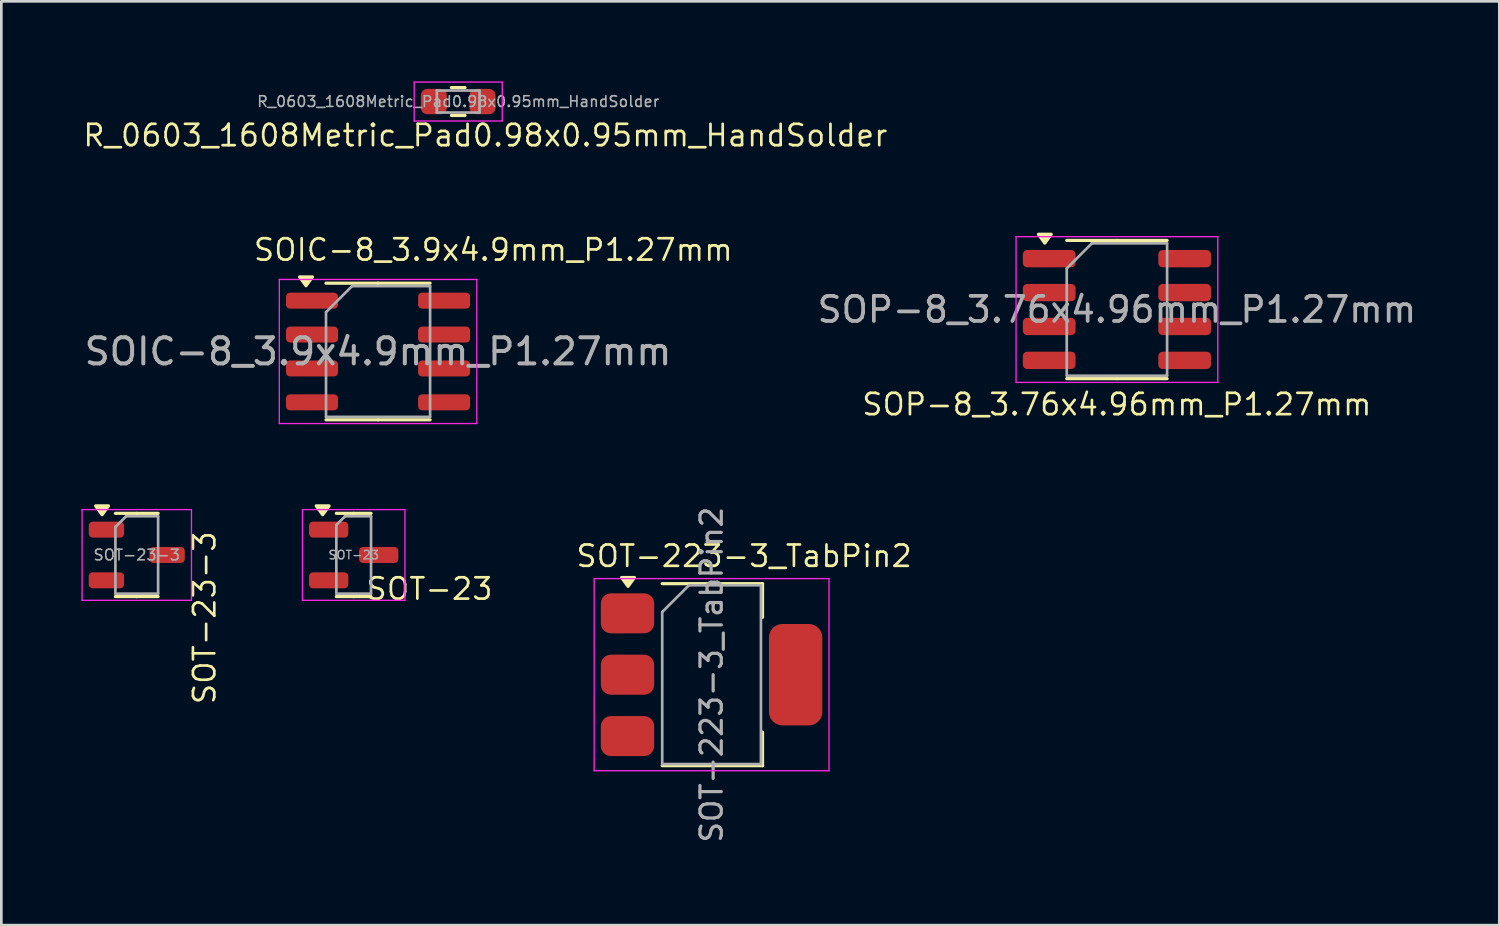
<source format=kicad_pcb>
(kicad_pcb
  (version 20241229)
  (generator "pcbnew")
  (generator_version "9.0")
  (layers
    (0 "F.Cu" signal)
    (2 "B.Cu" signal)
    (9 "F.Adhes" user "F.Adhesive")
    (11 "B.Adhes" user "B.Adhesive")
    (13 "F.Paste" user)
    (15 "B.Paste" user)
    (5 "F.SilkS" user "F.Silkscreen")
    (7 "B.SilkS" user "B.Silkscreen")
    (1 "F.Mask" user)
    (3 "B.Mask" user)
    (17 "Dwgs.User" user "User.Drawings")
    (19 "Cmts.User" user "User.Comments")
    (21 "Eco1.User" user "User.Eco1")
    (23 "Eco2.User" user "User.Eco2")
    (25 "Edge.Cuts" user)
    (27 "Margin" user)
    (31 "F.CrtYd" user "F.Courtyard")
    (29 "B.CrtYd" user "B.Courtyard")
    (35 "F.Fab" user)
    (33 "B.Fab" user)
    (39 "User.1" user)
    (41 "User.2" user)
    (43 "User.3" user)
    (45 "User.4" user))
  (footprint "R_0603_1608Metric_Pad0.98x0.95mm_HandSolder"
    (layer "F.Cu")
    (at 14.121 0.755)
    (property "Reference" "R_0603_1608Metric_Pad0.98x0.95mm_HandSolder" (at 1.016 1.27 0) (layer "F.SilkS") (effects (font (size 0.8 0.8) (thickness 0.1))))
    (attr smd)
    (fp_line (start -0.255 -0.522) (end 0.255 -0.522) (stroke (width 0.12) (type solid)) (layer "F.SilkS"))
    (fp_line (start -0.255 0.522) (end 0.255 0.522) (stroke (width 0.12) (type solid)) (layer "F.SilkS"))
    (fp_line (start -1.65 -0.73) (end 1.65 -0.73) (stroke (width 0.05) (type solid)) (layer "F.CrtYd"))
    (fp_line (start -1.65 0.73) (end -1.65 -0.73) (stroke (width 0.05) (type solid)) (layer "F.CrtYd"))
    (fp_line (start 1.65 -0.73) (end 1.65 0.73) (stroke (width 0.05) (type solid)) (layer "F.CrtYd"))
    (fp_line (start 1.65 0.73) (end -1.65 0.73) (stroke (width 0.05) (type solid)) (layer "F.CrtYd"))
    (fp_line (start -0.8 -0.412) (end 0.8 -0.412) (stroke (width 0.1) (type solid)) (layer "F.Fab"))
    (fp_line (start -0.8 0.412) (end -0.8 -0.412) (stroke (width 0.1) (type solid)) (layer "F.Fab"))
    (fp_line (start 0.8 -0.412) (end 0.8 0.412) (stroke (width 0.1) (type solid)) (layer "F.Fab"))
    (fp_line (start 0.8 0.412) (end -0.8 0.412) (stroke (width 0.1) (type solid)) (layer "F.Fab"))
    (fp_text user "${REFERENCE}" (at 0 0 0) (layer "F.Fab") (effects (font (size 0.4 0.4) (thickness 0.06))))
    (pad "1" smd roundrect (at -0.912 0) (size 0.975 0.95) (layers "F.Cu" "F.Mask" "F.Paste") (roundrect_rratio 0.25))
    (pad "2" smd roundrect (at 0.912 0) (size 0.975 0.95) (layers "F.Cu" "F.Mask" "F.Paste") (roundrect_rratio 0.25)))
  (footprint "SOP-8_3.76x4.96mm_P1.27mm"
    (layer "F.Cu")
    (at 38.805 8.549)
    (property "Reference" "SOP-8_3.76x4.96mm_P1.27mm" (at -0.003 3.556 0) (layer "F.SilkS") (effects (font (size 0.8 0.8) (thickness 0.1))))
    (attr smd)
    (fp_line (start 0 -2.59) (end -1.88 -2.59) (stroke (width 0.12) (type solid)) (layer "F.SilkS"))
    (fp_line (start 0 -2.59) (end 1.88 -2.59) (stroke (width 0.12) (type solid)) (layer "F.SilkS"))
    (fp_line (start 0 2.59) (end -1.88 2.59) (stroke (width 0.12) (type solid)) (layer "F.SilkS"))
    (fp_line (start 0 2.59) (end 1.88 2.59) (stroke (width 0.12) (type solid)) (layer "F.SilkS"))
    (fp_poly (pts (xy -2.703 -2.49) (xy -2.942 -2.82) (xy -2.462 -2.82) (xy -2.703 -2.49)) (stroke (width 0.12) (type solid)) (fill yes) (layer "F.SilkS"))
    (fp_line (start -3.78 -2.73) (end -3.78 2.73) (stroke (width 0.05) (type solid)) (layer "F.CrtYd"))
    (fp_line (start -3.78 2.73) (end 3.78 2.73) (stroke (width 0.05) (type solid)) (layer "F.CrtYd"))
    (fp_line (start 3.78 -2.73) (end -3.78 -2.73) (stroke (width 0.05) (type solid)) (layer "F.CrtYd"))
    (fp_line (start 3.78 2.73) (end 3.78 -2.73) (stroke (width 0.05) (type solid)) (layer "F.CrtYd"))
    (fp_line (start -1.88 -1.54) (end -0.94 -2.48) (stroke (width 0.1) (type solid)) (layer "F.Fab"))
    (fp_line (start -1.88 2.48) (end -1.88 -1.54) (stroke (width 0.1) (type solid)) (layer "F.Fab"))
    (fp_line (start -0.94 -2.48) (end 1.88 -2.48) (stroke (width 0.1) (type solid)) (layer "F.Fab"))
    (fp_line (start 1.88 -2.48) (end 1.88 2.48) (stroke (width 0.1) (type solid)) (layer "F.Fab"))
    (fp_line (start 1.88 2.48) (end -1.88 2.48) (stroke (width 0.1) (type solid)) (layer "F.Fab"))
    (fp_text user "${REFERENCE}" (at 0 0 0) (layer "F.Fab") (effects (font (size 0.94 0.94) (thickness 0.14))))
    (pad "1" smd roundrect (at -2.538 -1.905) (size 1.975 0.65) (layers "F.Cu" "F.Mask" "F.Paste") (roundrect_rratio 0.25))
    (pad "2" smd roundrect (at -2.538 -0.635) (size 1.975 0.65) (layers "F.Cu" "F.Mask" "F.Paste") (roundrect_rratio 0.25))
    (pad "3" smd roundrect (at -2.538 0.635) (size 1.975 0.65) (layers "F.Cu" "F.Mask" "F.Paste") (roundrect_rratio 0.25))
    (pad "4" smd roundrect (at -2.538 1.905) (size 1.975 0.65) (layers "F.Cu" "F.Mask" "F.Paste") (roundrect_rratio 0.25))
    (pad "5" smd roundrect (at 2.538 1.905) (size 1.975 0.65) (layers "F.Cu" "F.Mask" "F.Paste") (roundrect_rratio 0.25))
    (pad "6" smd roundrect (at 2.538 0.635) (size 1.975 0.65) (layers "F.Cu" "F.Mask" "F.Paste") (roundrect_rratio 0.25))
    (pad "7" smd roundrect (at 2.538 -0.635) (size 1.975 0.65) (layers "F.Cu" "F.Mask" "F.Paste") (roundrect_rratio 0.25))
    (pad "8" smd roundrect (at 2.538 -1.905) (size 1.975 0.65) (layers "F.Cu" "F.Mask" "F.Paste") (roundrect_rratio 0.25)))
  (footprint "SOT-223-3_TabPin2"
    (layer "F.Cu")
    (at 23.615 22.233)
    (property "Reference" "SOT-223-3_TabPin2" (at 1.219 -4.445 180) (layer "F.SilkS") (effects (font (size 0.8 0.8) (thickness 0.1))))
    (attr smd)
    (fp_line (start -1.85 -3.41) (end 1.91 -3.41) (stroke (width 0.12) (type solid)) (layer "F.SilkS"))
    (fp_line (start -1.85 3.41) (end 1.91 3.41) (stroke (width 0.12) (type solid)) (layer "F.SilkS"))
    (fp_line (start 1.91 -3.41) (end 1.91 -2.15) (stroke (width 0.12) (type solid)) (layer "F.SilkS"))
    (fp_line (start 1.91 3.41) (end 1.91 2.15) (stroke (width 0.12) (type solid)) (layer "F.SilkS"))
    (fp_poly (pts (xy -3.13 -3.31) (xy -3.37 -3.64) (xy -2.89 -3.64) (xy -3.13 -3.31)) (stroke (width 0.12) (type solid)) (fill yes) (layer "F.SilkS"))
    (fp_line (start -4.4 -3.6) (end -4.4 3.6) (stroke (width 0.05) (type solid)) (layer "F.CrtYd"))
    (fp_line (start -4.4 3.6) (end 4.4 3.6) (stroke (width 0.05) (type solid)) (layer "F.CrtYd"))
    (fp_line (start 4.4 -3.6) (end -4.4 -3.6) (stroke (width 0.05) (type solid)) (layer "F.CrtYd"))
    (fp_line (start 4.4 3.6) (end 4.4 -3.6) (stroke (width 0.05) (type solid)) (layer "F.CrtYd"))
    (fp_line (start -1.85 -2.35) (end -1.85 3.35) (stroke (width 0.1) (type solid)) (layer "F.Fab"))
    (fp_line (start -1.85 -2.35) (end -0.85 -3.35) (stroke (width 0.1) (type solid)) (layer "F.Fab"))
    (fp_line (start -1.85 3.35) (end 1.85 3.35) (stroke (width 0.1) (type solid)) (layer "F.Fab"))
    (fp_line (start -0.85 -3.35) (end 1.85 -3.35) (stroke (width 0.1) (type solid)) (layer "F.Fab"))
    (fp_line (start 1.85 -3.35) (end 1.85 3.35) (stroke (width 0.1) (type solid)) (layer "F.Fab"))
    (fp_text user "${REFERENCE}" (at 0 0 270) (layer "F.Fab") (effects (font (size 0.8 0.8) (thickness 0.12))))
    (pad "1" smd roundrect (at -3.15 -2.3) (size 2 1.5) (layers "F.Cu" "F.Mask" "F.Paste") (roundrect_rratio 0.25))
    (pad "2" smd roundrect (at -3.15 0) (size 2 1.5) (layers "F.Cu" "F.Mask" "F.Paste") (roundrect_rratio 0.25))
    (pad "2" smd roundrect (at 3.15 0) (size 2 3.8) (layers "F.Cu" "F.Mask" "F.Paste") (roundrect_rratio 0.25))
    (pad "3" smd roundrect (at -3.15 2.3) (size 2 1.5) (layers "F.Cu" "F.Mask" "F.Paste") (roundrect_rratio 0.25)))
  (footprint "SOT-23"
    (layer "F.Cu")
    (at 10.204 17.747)
    (property "Reference" "SOT-23" (at 2.842 1.27 0) (layer "F.SilkS") (effects (font (size 0.8 0.8) (thickness 0.1))))
    (attr smd)
    (fp_line (start 0 -1.56) (end -0.65 -1.56) (stroke (width 0.12) (type solid)) (layer "F.SilkS"))
    (fp_line (start 0 -1.56) (end 0.65 -1.56) (stroke (width 0.12) (type solid)) (layer "F.SilkS"))
    (fp_line (start 0 1.56) (end -0.65 1.56) (stroke (width 0.12) (type solid)) (layer "F.SilkS"))
    (fp_line (start 0 1.56) (end 0.65 1.56) (stroke (width 0.12) (type solid)) (layer "F.SilkS"))
    (fp_poly (pts (xy -1.163 -1.51) (xy -1.403 -1.84) (xy -0.922 -1.84) (xy -1.163 -1.51)) (stroke (width 0.12) (type solid)) (fill yes) (layer "F.SilkS"))
    (fp_line (start -1.92 -1.7) (end -1.92 1.7) (stroke (width 0.05) (type solid)) (layer "F.CrtYd"))
    (fp_line (start -1.92 1.7) (end 1.92 1.7) (stroke (width 0.05) (type solid)) (layer "F.CrtYd"))
    (fp_line (start 1.92 -1.7) (end -1.92 -1.7) (stroke (width 0.05) (type solid)) (layer "F.CrtYd"))
    (fp_line (start 1.92 1.7) (end 1.92 -1.7) (stroke (width 0.05) (type solid)) (layer "F.CrtYd"))
    (fp_line (start -0.65 -1.125) (end -0.325 -1.45) (stroke (width 0.1) (type solid)) (layer "F.Fab"))
    (fp_line (start -0.65 1.45) (end -0.65 -1.125) (stroke (width 0.1) (type solid)) (layer "F.Fab"))
    (fp_line (start -0.325 -1.45) (end 0.65 -1.45) (stroke (width 0.1) (type solid)) (layer "F.Fab"))
    (fp_line (start 0.65 -1.45) (end 0.65 1.45) (stroke (width 0.1) (type solid)) (layer "F.Fab"))
    (fp_line (start 0.65 1.45) (end -0.65 1.45) (stroke (width 0.1) (type solid)) (layer "F.Fab"))
    (fp_text user "${REFERENCE}" (at 0 0 0) (layer "F.Fab") (effects (font (size 0.32 0.32) (thickness 0.05))))
    (pad "1" smd roundrect (at -0.938 -0.95) (size 1.475 0.6) (layers "F.Cu" "F.Mask" "F.Paste") (roundrect_rratio 0.25))
    (pad "2" smd roundrect (at -0.938 0.95) (size 1.475 0.6) (layers "F.Cu" "F.Mask" "F.Paste") (roundrect_rratio 0.25))
    (pad "3" smd roundrect (at 0.938 0) (size 1.475 0.6) (layers "F.Cu" "F.Mask" "F.Paste") (roundrect_rratio 0.25)))
  (footprint "SOT-23-3"
    (layer "F.Cu")
    (at 2.075 17.747)
    (property "Reference" "SOT-23-3" (at 2.54 2.352 90) (layer "F.SilkS") (effects (font (size 0.8 0.8) (thickness 0.1))))
    (attr smd)
    (fp_line (start 0 -1.56) (end -0.8 -1.56) (stroke (width 0.12) (type solid)) (layer "F.SilkS"))
    (fp_line (start 0 -1.56) (end 0.8 -1.56) (stroke (width 0.12) (type solid)) (layer "F.SilkS"))
    (fp_line (start 0 1.56) (end -0.8 1.56) (stroke (width 0.12) (type solid)) (layer "F.SilkS"))
    (fp_line (start 0 1.56) (end 0.8 1.56) (stroke (width 0.12) (type solid)) (layer "F.SilkS"))
    (fp_poly (pts (xy -1.3 -1.51) (xy -1.54 -1.84) (xy -1.06 -1.84) (xy -1.3 -1.51)) (stroke (width 0.12) (type solid)) (fill yes) (layer "F.SilkS"))
    (fp_line (start -2.05 -1.7) (end -2.05 1.7) (stroke (width 0.05) (type solid)) (layer "F.CrtYd"))
    (fp_line (start -2.05 1.7) (end 2.05 1.7) (stroke (width 0.05) (type solid)) (layer "F.CrtYd"))
    (fp_line (start 2.05 -1.7) (end -2.05 -1.7) (stroke (width 0.05) (type solid)) (layer "F.CrtYd"))
    (fp_line (start 2.05 1.7) (end 2.05 -1.7) (stroke (width 0.05) (type solid)) (layer "F.CrtYd"))
    (fp_line (start -0.8 -1.05) (end -0.4 -1.45) (stroke (width 0.1) (type solid)) (layer "F.Fab"))
    (fp_line (start -0.8 1.45) (end -0.8 -1.05) (stroke (width 0.1) (type solid)) (layer "F.Fab"))
    (fp_line (start -0.4 -1.45) (end 0.8 -1.45) (stroke (width 0.1) (type solid)) (layer "F.Fab"))
    (fp_line (start 0.8 -1.45) (end 0.8 1.45) (stroke (width 0.1) (type solid)) (layer "F.Fab"))
    (fp_line (start 0.8 1.45) (end -0.8 1.45) (stroke (width 0.1) (type solid)) (layer "F.Fab"))
    (fp_text user "${REFERENCE}" (at 0 0 0) (layer "F.Fab") (effects (font (size 0.4 0.4) (thickness 0.06))))
    (pad "1" smd roundrect (at -1.137 -0.95) (size 1.325 0.6) (layers "F.Cu" "F.Mask" "F.Paste") (roundrect_rratio 0.25))
    (pad "2" smd roundrect (at -1.137 0.95) (size 1.325 0.6) (layers "F.Cu" "F.Mask" "F.Paste") (roundrect_rratio 0.25))
    (pad "3" smd roundrect (at 1.137 0) (size 1.325 0.6) (layers "F.Cu" "F.Mask" "F.Paste") (roundrect_rratio 0.25)))
  (footprint "SOIC-8_3.9x4.9mm_P1.27mm"
    (layer "F.Cu")
    (at 11.117 10.122)
    (property "Reference" "SOIC-8_3.9x4.9mm_P1.27mm" (at 4.318 -3.81 0) (layer "F.SilkS") (effects (font (size 0.8 0.8) (thickness 0.1))))
    (attr smd)
    (fp_line (start 0 -2.56) (end -1.95 -2.56) (stroke (width 0.12) (type solid)) (layer "F.SilkS"))
    (fp_line (start 0 -2.56) (end 1.95 -2.56) (stroke (width 0.12) (type solid)) (layer "F.SilkS"))
    (fp_line (start 0 2.56) (end -1.95 2.56) (stroke (width 0.12) (type solid)) (layer "F.SilkS"))
    (fp_line (start 0 2.56) (end 1.95 2.56) (stroke (width 0.12) (type solid)) (layer "F.SilkS"))
    (fp_poly (pts (xy -2.7 -2.465) (xy -2.94 -2.795) (xy -2.46 -2.795) (xy -2.7 -2.465)) (stroke (width 0.12) (type solid)) (fill yes) (layer "F.SilkS"))
    (fp_line (start -3.7 -2.7) (end -3.7 2.7) (stroke (width 0.05) (type solid)) (layer "F.CrtYd"))
    (fp_line (start -3.7 2.7) (end 3.7 2.7) (stroke (width 0.05) (type solid)) (layer "F.CrtYd"))
    (fp_line (start 3.7 -2.7) (end -3.7 -2.7) (stroke (width 0.05) (type solid)) (layer "F.CrtYd"))
    (fp_line (start 3.7 2.7) (end 3.7 -2.7) (stroke (width 0.05) (type solid)) (layer "F.CrtYd"))
    (fp_line (start -1.95 -1.475) (end -0.975 -2.45) (stroke (width 0.1) (type solid)) (layer "F.Fab"))
    (fp_line (start -1.95 2.45) (end -1.95 -1.475) (stroke (width 0.1) (type solid)) (layer "F.Fab"))
    (fp_line (start -0.975 -2.45) (end 1.95 -2.45) (stroke (width 0.1) (type solid)) (layer "F.Fab"))
    (fp_line (start 1.95 -2.45) (end 1.95 2.45) (stroke (width 0.1) (type solid)) (layer "F.Fab"))
    (fp_line (start 1.95 2.45) (end -1.95 2.45) (stroke (width 0.1) (type solid)) (layer "F.Fab"))
    (fp_text user "${REFERENCE}" (at 0 0 0) (layer "F.Fab") (effects (font (size 0.98 0.98) (thickness 0.15))))
    (pad "1" smd roundrect (at -2.475 -1.905) (size 1.95 0.6) (layers "F.Cu" "F.Mask" "F.Paste") (roundrect_rratio 0.25))
    (pad "2" smd roundrect (at -2.475 -0.635) (size 1.95 0.6) (layers "F.Cu" "F.Mask" "F.Paste") (roundrect_rratio 0.25))
    (pad "3" smd roundrect (at -2.475 0.635) (size 1.95 0.6) (layers "F.Cu" "F.Mask" "F.Paste") (roundrect_rratio 0.25))
    (pad "4" smd roundrect (at -2.475 1.905) (size 1.95 0.6) (layers "F.Cu" "F.Mask" "F.Paste") (roundrect_rratio 0.25))
    (pad "5" smd roundrect (at 2.475 1.905) (size 1.95 0.6) (layers "F.Cu" "F.Mask" "F.Paste") (roundrect_rratio 0.25))
    (pad "6" smd roundrect (at 2.475 0.635) (size 1.95 0.6) (layers "F.Cu" "F.Mask" "F.Paste") (roundrect_rratio 0.25))
    (pad "7" smd roundrect (at 2.475 -0.635) (size 1.95 0.6) (layers "F.Cu" "F.Mask" "F.Paste") (roundrect_rratio 0.25))
    (pad "8" smd roundrect (at 2.475 -1.905) (size 1.95 0.6) (layers "F.Cu" "F.Mask" "F.Paste") (roundrect_rratio 0.25)))
  (gr_rect
    (start -3 -3)
    (end 53.134 31.618)
    (stroke (width 0.1) (type default))
    (fill no)
    (layer "Edge.Cuts")))
</source>
